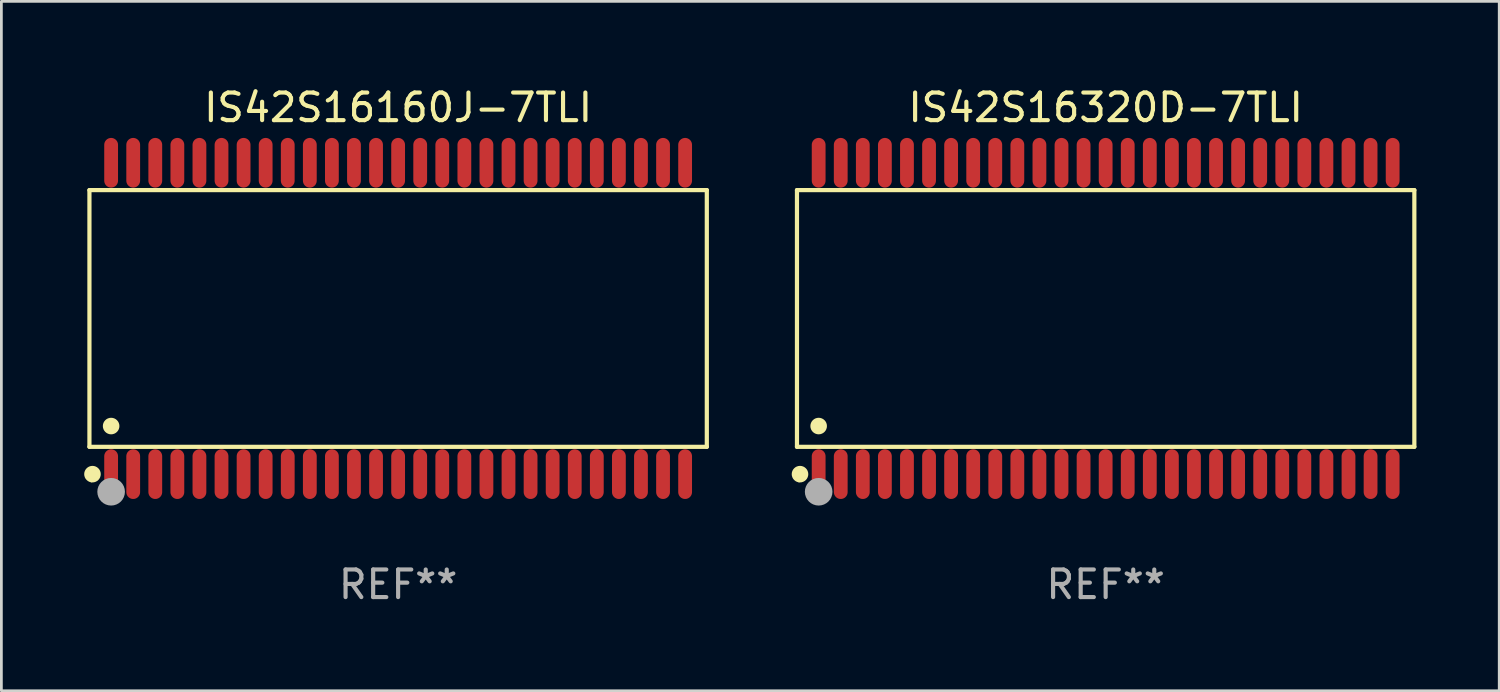
<source format=kicad_pcb>
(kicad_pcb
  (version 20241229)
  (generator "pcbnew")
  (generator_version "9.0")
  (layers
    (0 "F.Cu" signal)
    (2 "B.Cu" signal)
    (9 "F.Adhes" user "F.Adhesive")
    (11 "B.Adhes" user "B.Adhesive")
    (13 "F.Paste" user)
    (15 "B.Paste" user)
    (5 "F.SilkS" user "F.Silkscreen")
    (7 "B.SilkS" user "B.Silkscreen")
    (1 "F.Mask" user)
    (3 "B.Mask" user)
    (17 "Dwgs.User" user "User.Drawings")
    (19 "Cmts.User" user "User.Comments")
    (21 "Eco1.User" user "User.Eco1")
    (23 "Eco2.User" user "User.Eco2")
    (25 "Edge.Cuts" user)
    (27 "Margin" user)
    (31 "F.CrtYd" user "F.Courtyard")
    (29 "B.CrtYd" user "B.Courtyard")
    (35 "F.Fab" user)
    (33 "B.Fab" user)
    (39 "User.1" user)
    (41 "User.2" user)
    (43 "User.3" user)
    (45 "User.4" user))
  (footprint "IS42S16320D-7TLI"
    (layer "F.Cu")
    (at 37.016 8.49)
    (property "Reference" "IS42S16320D-7TLI" (at 0 -7.642 0) (layer "F.SilkS") (effects (font (size 1 1) (thickness 0.15))))
    (attr through_hole)
    (fp_line (start -11.186 -4.651) (end 11.186 -4.651) (stroke (width 0.152) (type solid)) (layer "F.SilkS"))
    (fp_line (start -11.186 4.651) (end -11.186 -4.651) (stroke (width 0.152) (type solid)) (layer "F.SilkS"))
    (fp_line (start 11.186 -4.651) (end 11.186 4.651) (stroke (width 0.152) (type solid)) (layer "F.SilkS"))
    (fp_line (start 11.186 4.651) (end -11.186 4.651) (stroke (width 0.152) (type solid)) (layer "F.SilkS"))
    (fp_circle (center -11.11 5.88) (end -11.08 5.88) (stroke (width 0.06) (type solid)) (fill no) (layer "F.SilkS"))
    (fp_circle (center -11.076 5.642) (end -10.926 5.642) (stroke (width 0.3) (type solid)) (fill no) (layer "F.SilkS"))
    (fp_circle (center -10.4 3.899) (end -10.25 3.899) (stroke (width 0.3) (type solid)) (fill no) (layer "F.SilkS"))
    (fp_circle (center -10.4 6.28) (end -10.15 6.28) (stroke (width 0.5) (type solid)) (fill no) (layer "F.Fab"))
    (fp_text user "REF**" (at 0 9.642 0) (layer "F.Fab") (effects (font (size 1 1) (thickness 0.15))))
    (pad "1" smd oval (at -10.4 5.642) (size 0.5 1.8) (layers "F.Cu" "F.Mask" "F.Paste"))
    (pad "2" smd oval (at -9.6 5.642) (size 0.5 1.8) (layers "F.Cu" "F.Mask" "F.Paste"))
    (pad "3" smd oval (at -8.8 5.642) (size 0.5 1.8) (layers "F.Cu" "F.Mask" "F.Paste"))
    (pad "4" smd oval (at -8 5.642) (size 0.5 1.8) (layers "F.Cu" "F.Mask" "F.Paste"))
    (pad "5" smd oval (at -7.2 5.642) (size 0.5 1.8) (layers "F.Cu" "F.Mask" "F.Paste"))
    (pad "6" smd oval (at -6.4 5.642) (size 0.5 1.8) (layers "F.Cu" "F.Mask" "F.Paste"))
    (pad "7" smd oval (at -5.6 5.642) (size 0.5 1.8) (layers "F.Cu" "F.Mask" "F.Paste"))
    (pad "8" smd oval (at -4.8 5.642) (size 0.5 1.8) (layers "F.Cu" "F.Mask" "F.Paste"))
    (pad "9" smd oval (at -4 5.642) (size 0.5 1.8) (layers "F.Cu" "F.Mask" "F.Paste"))
    (pad "10" smd oval (at -3.2 5.642) (size 0.5 1.8) (layers "F.Cu" "F.Mask" "F.Paste"))
    (pad "11" smd oval (at -2.4 5.642) (size 0.5 1.8) (layers "F.Cu" "F.Mask" "F.Paste"))
    (pad "12" smd oval (at -1.6 5.642) (size 0.5 1.8) (layers "F.Cu" "F.Mask" "F.Paste"))
    (pad "13" smd oval (at -0.8 5.642) (size 0.5 1.8) (layers "F.Cu" "F.Mask" "F.Paste"))
    (pad "14" smd oval (at 0 5.642) (size 0.5 1.8) (layers "F.Cu" "F.Mask" "F.Paste"))
    (pad "15" smd oval (at 0.8 5.642) (size 0.5 1.8) (layers "F.Cu" "F.Mask" "F.Paste"))
    (pad "16" smd oval (at 1.6 5.642) (size 0.5 1.8) (layers "F.Cu" "F.Mask" "F.Paste"))
    (pad "17" smd oval (at 2.4 5.642) (size 0.5 1.8) (layers "F.Cu" "F.Mask" "F.Paste"))
    (pad "18" smd oval (at 3.2 5.642) (size 0.5 1.8) (layers "F.Cu" "F.Mask" "F.Paste"))
    (pad "19" smd oval (at 4 5.642) (size 0.5 1.8) (layers "F.Cu" "F.Mask" "F.Paste"))
    (pad "20" smd oval (at 4.8 5.642) (size 0.5 1.8) (layers "F.Cu" "F.Mask" "F.Paste"))
    (pad "21" smd oval (at 5.6 5.642) (size 0.5 1.8) (layers "F.Cu" "F.Mask" "F.Paste"))
    (pad "22" smd oval (at 6.4 5.642) (size 0.5 1.8) (layers "F.Cu" "F.Mask" "F.Paste"))
    (pad "23" smd oval (at 7.2 5.642) (size 0.5 1.8) (layers "F.Cu" "F.Mask" "F.Paste"))
    (pad "24" smd oval (at 8 5.642) (size 0.5 1.8) (layers "F.Cu" "F.Mask" "F.Paste"))
    (pad "25" smd oval (at 8.8 5.642) (size 0.5 1.8) (layers "F.Cu" "F.Mask" "F.Paste"))
    (pad "26" smd oval (at 9.6 5.642) (size 0.5 1.8) (layers "F.Cu" "F.Mask" "F.Paste"))
    (pad "27" smd oval (at 10.4 5.642) (size 0.5 1.8) (layers "F.Cu" "F.Mask" "F.Paste"))
    (pad "28" smd oval (at 10.4 -5.642) (size 0.5 1.8) (layers "F.Cu" "F.Mask" "F.Paste"))
    (pad "29" smd oval (at 9.6 -5.642) (size 0.5 1.8) (layers "F.Cu" "F.Mask" "F.Paste"))
    (pad "30" smd oval (at 8.8 -5.642) (size 0.5 1.8) (layers "F.Cu" "F.Mask" "F.Paste"))
    (pad "31" smd oval (at 8 -5.642) (size 0.5 1.8) (layers "F.Cu" "F.Mask" "F.Paste"))
    (pad "32" smd oval (at 7.2 -5.642) (size 0.5 1.8) (layers "F.Cu" "F.Mask" "F.Paste"))
    (pad "33" smd oval (at 6.4 -5.642) (size 0.5 1.8) (layers "F.Cu" "F.Mask" "F.Paste"))
    (pad "34" smd oval (at 5.6 -5.642) (size 0.5 1.8) (layers "F.Cu" "F.Mask" "F.Paste"))
    (pad "35" smd oval (at 4.8 -5.642) (size 0.5 1.8) (layers "F.Cu" "F.Mask" "F.Paste"))
    (pad "36" smd oval (at 4 -5.642) (size 0.5 1.8) (layers "F.Cu" "F.Mask" "F.Paste"))
    (pad "37" smd oval (at 3.2 -5.642) (size 0.5 1.8) (layers "F.Cu" "F.Mask" "F.Paste"))
    (pad "38" smd oval (at 2.4 -5.642) (size 0.5 1.8) (layers "F.Cu" "F.Mask" "F.Paste"))
    (pad "39" smd oval (at 1.6 -5.642) (size 0.5 1.8) (layers "F.Cu" "F.Mask" "F.Paste"))
    (pad "40" smd oval (at 0.8 -5.642) (size 0.5 1.8) (layers "F.Cu" "F.Mask" "F.Paste"))
    (pad "41" smd oval (at 0 -5.642) (size 0.5 1.8) (layers "F.Cu" "F.Mask" "F.Paste"))
    (pad "42" smd oval (at -0.8 -5.642) (size 0.5 1.8) (layers "F.Cu" "F.Mask" "F.Paste"))
    (pad "43" smd oval (at -1.6 -5.642) (size 0.5 1.8) (layers "F.Cu" "F.Mask" "F.Paste"))
    (pad "44" smd oval (at -2.4 -5.642) (size 0.5 1.8) (layers "F.Cu" "F.Mask" "F.Paste"))
    (pad "45" smd oval (at -3.2 -5.642) (size 0.5 1.8) (layers "F.Cu" "F.Mask" "F.Paste"))
    (pad "46" smd oval (at -4 -5.642) (size 0.5 1.8) (layers "F.Cu" "F.Mask" "F.Paste"))
    (pad "47" smd oval (at -4.8 -5.642) (size 0.5 1.8) (layers "F.Cu" "F.Mask" "F.Paste"))
    (pad "48" smd oval (at -5.6 -5.642) (size 0.5 1.8) (layers "F.Cu" "F.Mask" "F.Paste"))
    (pad "49" smd oval (at -6.4 -5.642) (size 0.5 1.8) (layers "F.Cu" "F.Mask" "F.Paste"))
    (pad "50" smd oval (at -7.2 -5.642) (size 0.5 1.8) (layers "F.Cu" "F.Mask" "F.Paste"))
    (pad "51" smd oval (at -8 -5.642) (size 0.5 1.8) (layers "F.Cu" "F.Mask" "F.Paste"))
    (pad "52" smd oval (at -8.8 -5.642) (size 0.5 1.8) (layers "F.Cu" "F.Mask" "F.Paste"))
    (pad "53" smd oval (at -9.6 -5.642) (size 0.5 1.8) (layers "F.Cu" "F.Mask" "F.Paste"))
    (pad "54" smd oval (at -10.4 -5.642) (size 0.5 1.8) (layers "F.Cu" "F.Mask" "F.Paste")))
  (footprint "IS42S16160J-7TLI"
    (layer "F.Cu")
    (at 11.377 8.49)
    (property "Reference" "IS42S16160J-7TLI" (at 0 -7.642 0) (layer "F.SilkS") (effects (font (size 1 1) (thickness 0.15))))
    (attr through_hole)
    (fp_line (start -11.186 -4.651) (end 11.186 -4.651) (stroke (width 0.152) (type solid)) (layer "F.SilkS"))
    (fp_line (start -11.186 4.651) (end -11.186 -4.651) (stroke (width 0.152) (type solid)) (layer "F.SilkS"))
    (fp_line (start 11.186 -4.651) (end 11.186 4.651) (stroke (width 0.152) (type solid)) (layer "F.SilkS"))
    (fp_line (start 11.186 4.651) (end -11.186 4.651) (stroke (width 0.152) (type solid)) (layer "F.SilkS"))
    (fp_circle (center -11.11 5.88) (end -11.08 5.88) (stroke (width 0.06) (type solid)) (fill no) (layer "F.SilkS"))
    (fp_circle (center -11.076 5.642) (end -10.926 5.642) (stroke (width 0.3) (type solid)) (fill no) (layer "F.SilkS"))
    (fp_circle (center -10.4 3.899) (end -10.25 3.899) (stroke (width 0.3) (type solid)) (fill no) (layer "F.SilkS"))
    (fp_circle (center -10.4 6.28) (end -10.15 6.28) (stroke (width 0.5) (type solid)) (fill no) (layer "F.Fab"))
    (fp_text user "REF**" (at 0 9.642 0) (layer "F.Fab") (effects (font (size 1 1) (thickness 0.15))))
    (pad "1" smd oval (at -10.4 5.642) (size 0.5 1.8) (layers "F.Cu" "F.Mask" "F.Paste"))
    (pad "2" smd oval (at -9.6 5.642) (size 0.5 1.8) (layers "F.Cu" "F.Mask" "F.Paste"))
    (pad "3" smd oval (at -8.8 5.642) (size 0.5 1.8) (layers "F.Cu" "F.Mask" "F.Paste"))
    (pad "4" smd oval (at -8 5.642) (size 0.5 1.8) (layers "F.Cu" "F.Mask" "F.Paste"))
    (pad "5" smd oval (at -7.2 5.642) (size 0.5 1.8) (layers "F.Cu" "F.Mask" "F.Paste"))
    (pad "6" smd oval (at -6.4 5.642) (size 0.5 1.8) (layers "F.Cu" "F.Mask" "F.Paste"))
    (pad "7" smd oval (at -5.6 5.642) (size 0.5 1.8) (layers "F.Cu" "F.Mask" "F.Paste"))
    (pad "8" smd oval (at -4.8 5.642) (size 0.5 1.8) (layers "F.Cu" "F.Mask" "F.Paste"))
    (pad "9" smd oval (at -4 5.642) (size 0.5 1.8) (layers "F.Cu" "F.Mask" "F.Paste"))
    (pad "10" smd oval (at -3.2 5.642) (size 0.5 1.8) (layers "F.Cu" "F.Mask" "F.Paste"))
    (pad "11" smd oval (at -2.4 5.642) (size 0.5 1.8) (layers "F.Cu" "F.Mask" "F.Paste"))
    (pad "12" smd oval (at -1.6 5.642) (size 0.5 1.8) (layers "F.Cu" "F.Mask" "F.Paste"))
    (pad "13" smd oval (at -0.8 5.642) (size 0.5 1.8) (layers "F.Cu" "F.Mask" "F.Paste"))
    (pad "14" smd oval (at 0 5.642) (size 0.5 1.8) (layers "F.Cu" "F.Mask" "F.Paste"))
    (pad "15" smd oval (at 0.8 5.642) (size 0.5 1.8) (layers "F.Cu" "F.Mask" "F.Paste"))
    (pad "16" smd oval (at 1.6 5.642) (size 0.5 1.8) (layers "F.Cu" "F.Mask" "F.Paste"))
    (pad "17" smd oval (at 2.4 5.642) (size 0.5 1.8) (layers "F.Cu" "F.Mask" "F.Paste"))
    (pad "18" smd oval (at 3.2 5.642) (size 0.5 1.8) (layers "F.Cu" "F.Mask" "F.Paste"))
    (pad "19" smd oval (at 4 5.642) (size 0.5 1.8) (layers "F.Cu" "F.Mask" "F.Paste"))
    (pad "20" smd oval (at 4.8 5.642) (size 0.5 1.8) (layers "F.Cu" "F.Mask" "F.Paste"))
    (pad "21" smd oval (at 5.6 5.642) (size 0.5 1.8) (layers "F.Cu" "F.Mask" "F.Paste"))
    (pad "22" smd oval (at 6.4 5.642) (size 0.5 1.8) (layers "F.Cu" "F.Mask" "F.Paste"))
    (pad "23" smd oval (at 7.2 5.642) (size 0.5 1.8) (layers "F.Cu" "F.Mask" "F.Paste"))
    (pad "24" smd oval (at 8 5.642) (size 0.5 1.8) (layers "F.Cu" "F.Mask" "F.Paste"))
    (pad "25" smd oval (at 8.8 5.642) (size 0.5 1.8) (layers "F.Cu" "F.Mask" "F.Paste"))
    (pad "26" smd oval (at 9.6 5.642) (size 0.5 1.8) (layers "F.Cu" "F.Mask" "F.Paste"))
    (pad "27" smd oval (at 10.4 5.642) (size 0.5 1.8) (layers "F.Cu" "F.Mask" "F.Paste"))
    (pad "28" smd oval (at 10.4 -5.642) (size 0.5 1.8) (layers "F.Cu" "F.Mask" "F.Paste"))
    (pad "29" smd oval (at 9.6 -5.642) (size 0.5 1.8) (layers "F.Cu" "F.Mask" "F.Paste"))
    (pad "30" smd oval (at 8.8 -5.642) (size 0.5 1.8) (layers "F.Cu" "F.Mask" "F.Paste"))
    (pad "31" smd oval (at 8 -5.642) (size 0.5 1.8) (layers "F.Cu" "F.Mask" "F.Paste"))
    (pad "32" smd oval (at 7.2 -5.642) (size 0.5 1.8) (layers "F.Cu" "F.Mask" "F.Paste"))
    (pad "33" smd oval (at 6.4 -5.642) (size 0.5 1.8) (layers "F.Cu" "F.Mask" "F.Paste"))
    (pad "34" smd oval (at 5.6 -5.642) (size 0.5 1.8) (layers "F.Cu" "F.Mask" "F.Paste"))
    (pad "35" smd oval (at 4.8 -5.642) (size 0.5 1.8) (layers "F.Cu" "F.Mask" "F.Paste"))
    (pad "36" smd oval (at 4 -5.642) (size 0.5 1.8) (layers "F.Cu" "F.Mask" "F.Paste"))
    (pad "37" smd oval (at 3.2 -5.642) (size 0.5 1.8) (layers "F.Cu" "F.Mask" "F.Paste"))
    (pad "38" smd oval (at 2.4 -5.642) (size 0.5 1.8) (layers "F.Cu" "F.Mask" "F.Paste"))
    (pad "39" smd oval (at 1.6 -5.642) (size 0.5 1.8) (layers "F.Cu" "F.Mask" "F.Paste"))
    (pad "40" smd oval (at 0.8 -5.642) (size 0.5 1.8) (layers "F.Cu" "F.Mask" "F.Paste"))
    (pad "41" smd oval (at 0 -5.642) (size 0.5 1.8) (layers "F.Cu" "F.Mask" "F.Paste"))
    (pad "42" smd oval (at -0.8 -5.642) (size 0.5 1.8) (layers "F.Cu" "F.Mask" "F.Paste"))
    (pad "43" smd oval (at -1.6 -5.642) (size 0.5 1.8) (layers "F.Cu" "F.Mask" "F.Paste"))
    (pad "44" smd oval (at -2.4 -5.642) (size 0.5 1.8) (layers "F.Cu" "F.Mask" "F.Paste"))
    (pad "45" smd oval (at -3.2 -5.642) (size 0.5 1.8) (layers "F.Cu" "F.Mask" "F.Paste"))
    (pad "46" smd oval (at -4 -5.642) (size 0.5 1.8) (layers "F.Cu" "F.Mask" "F.Paste"))
    (pad "47" smd oval (at -4.8 -5.642) (size 0.5 1.8) (layers "F.Cu" "F.Mask" "F.Paste"))
    (pad "48" smd oval (at -5.6 -5.642) (size 0.5 1.8) (layers "F.Cu" "F.Mask" "F.Paste"))
    (pad "49" smd oval (at -6.4 -5.642) (size 0.5 1.8) (layers "F.Cu" "F.Mask" "F.Paste"))
    (pad "50" smd oval (at -7.2 -5.642) (size 0.5 1.8) (layers "F.Cu" "F.Mask" "F.Paste"))
    (pad "51" smd oval (at -8 -5.642) (size 0.5 1.8) (layers "F.Cu" "F.Mask" "F.Paste"))
    (pad "52" smd oval (at -8.8 -5.642) (size 0.5 1.8) (layers "F.Cu" "F.Mask" "F.Paste"))
    (pad "53" smd oval (at -9.6 -5.642) (size 0.5 1.8) (layers "F.Cu" "F.Mask" "F.Paste"))
    (pad "54" smd oval (at -10.4 -5.642) (size 0.5 1.8) (layers "F.Cu" "F.Mask" "F.Paste")))
  (gr_rect
    (start -3 -3)
    (end 51.278 21.981)
    (stroke (width 0.1) (type default))
    (fill no)
    (layer "Edge.Cuts")))
</source>
